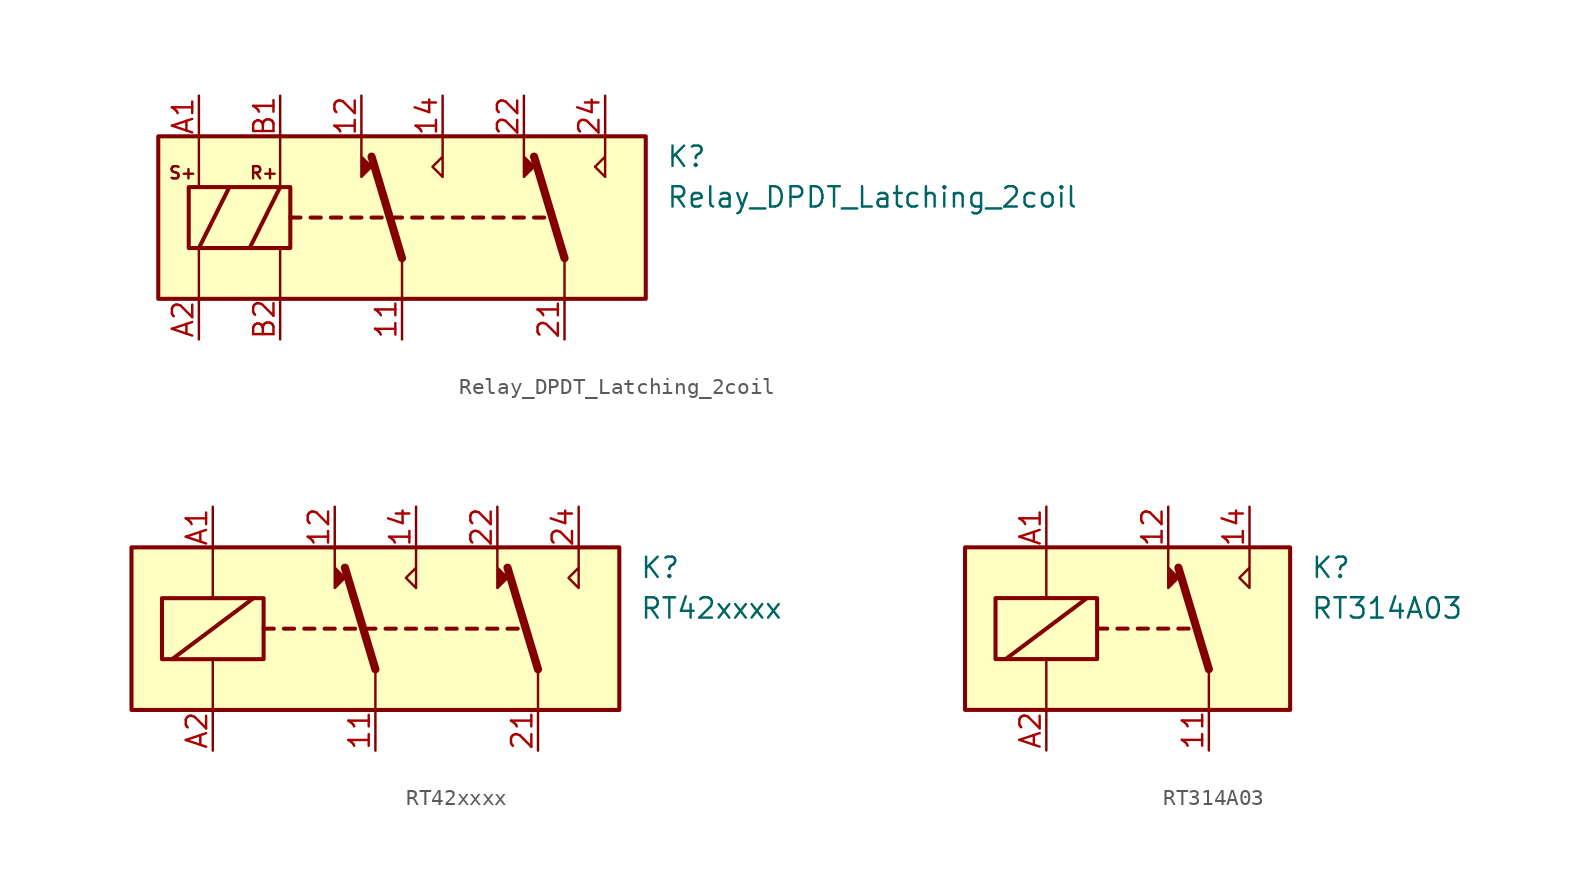
<source format=kicad_sym>
(kicad_symbol_lib
  (version 20241209)
  (generator "kicad_symbol_editor")
  (generator_version "9.0")
  (symbol "Relay_DPDT_Latching_2coil"
    (property "Reference" "K"
      (at 16.51 3.81 0)
      (effects (font (size 1.27 1.27)) (justify left)))
    (property "Value" "Relay_DPDT_Latching_2coil"
      (at 16.51 1.27 0)
      (effects (font (size 1.27 1.27)) (justify left)))
    (symbol "Relay_DPDT_Latching_2coil_0_0"
      (polyline (pts (xy -2.54 5.08) (xy -2.54 2.54) (xy -1.905 3.175) (xy -2.54 3.81)) (stroke (width 0) (type default)) (fill (type outline)))
      (polyline (pts (xy 2.54 5.08) (xy 2.54 2.54) (xy 1.905 3.175) (xy 2.54 3.81)) (stroke (width 0) (type default)) (fill (type none)))
      (polyline (pts (xy 7.62 5.08) (xy 7.62 2.54) (xy 8.255 3.175) (xy 7.62 3.81)) (stroke (width 0) (type default)) (fill (type outline)))
      (polyline (pts (xy 12.7 5.08) (xy 12.7 2.54) (xy 12.065 3.175) (xy 12.7 3.81)) (stroke (width 0) (type default)) (fill (type none))))
    (symbol "Relay_DPDT_Latching_2coil_0_1"
      (rectangle (start -13.335 1.905) (end -6.985 -1.905) (stroke (width 0.254) (type default)) (fill (type none)))
      (polyline (pts (xy -12.7 5.08) (xy -12.7 1.905)) (stroke (width 0) (type default)) (fill (type none)))
      (polyline (pts (xy -12.7 -5.08) (xy -12.7 -1.905)) (stroke (width 0) (type default)) (fill (type none)))
      (polyline (pts (xy -7.62 5.08) (xy -7.62 1.905)) (stroke (width 0) (type default)) (fill (type none)))
      (polyline (pts (xy -7.62 -5.08) (xy -7.62 -1.905)) (stroke (width 0) (type default)) (fill (type none)))
      (polyline (pts (xy -6.985 0) (xy -6.35 0)) (stroke (width 0.254) (type default)) (fill (type none)))
      (polyline (pts (xy -5.715 0) (xy -5.08 0)) (stroke (width 0.254) (type default)) (fill (type none)))
      (polyline (pts (xy -4.445 0) (xy -3.81 0)) (stroke (width 0.254) (type default)) (fill (type none)))
      (polyline (pts (xy -3.175 0) (xy -2.54 0)) (stroke (width 0.254) (type default)) (fill (type none)))
      (polyline (pts (xy -1.905 0) (xy -1.27 0)) (stroke (width 0.254) (type default)) (fill (type none)))
      (polyline (pts (xy -0.635 0) (xy 0 0)) (stroke (width 0.254) (type default)) (fill (type none)))
      (polyline (pts (xy 0 -2.54) (xy -1.905 3.81)) (stroke (width 0.508) (type default)) (fill (type none)))
      (polyline (pts (xy 0 -2.54) (xy 0 -5.08)) (stroke (width 0) (type default)) (fill (type none)))
      (polyline (pts (xy 0.635 0) (xy 1.27 0)) (stroke (width 0.254) (type default)) (fill (type none)))
      (polyline (pts (xy 1.905 0) (xy 2.54 0)) (stroke (width 0.254) (type default)) (fill (type none)))
      (polyline (pts (xy 3.175 0) (xy 3.81 0)) (stroke (width 0.254) (type default)) (fill (type none)))
      (polyline (pts (xy 4.445 0) (xy 5.08 0)) (stroke (width 0.254) (type default)) (fill (type none)))
      (polyline (pts (xy 5.715 0) (xy 6.35 0)) (stroke (width 0.254) (type default)) (fill (type none)))
      (polyline (pts (xy 6.985 0) (xy 7.62 0)) (stroke (width 0.254) (type default)) (fill (type none)))
      (polyline (pts (xy 8.255 0) (xy 8.89 0)) (stroke (width 0.254) (type default)) (fill (type none)))
      (polyline (pts (xy 10.16 -2.54) (xy 8.255 3.81)) (stroke (width 0.508) (type default)) (fill (type none)))
      (polyline (pts (xy 10.16 -2.54) (xy 10.16 -5.08)) (stroke (width 0) (type default)) (fill (type none))))
    (symbol "Relay_DPDT_Latching_2coil_1_0"
      (text "S+" (at -13.716 2.794 0) (effects (font (size 0.762 0.762))))
      (text "R+" (at -8.636 2.794 0) (effects (font (size 0.762 0.762)))))
    (symbol "Relay_DPDT_Latching_2coil_1_1"
      (rectangle (start -15.24 5.08) (end 15.24 -5.08) (stroke (width 0.254) (type default)) (fill (type background)))
      (polyline (pts (xy -12.7 -1.905) (xy -10.795 1.905)) (stroke (width 0.254) (type default)) (fill (type none)))
      (polyline (pts (xy -9.525 -1.905) (xy -7.62 1.905)) (stroke (width 0.254) (type default)) (fill (type none)))
      (pin passive line (at -12.7 7.62 270) (length 2.54) (name "~" (effects (font (size 1.27 1.27)))) (number "A1" (effects (font (size 1.27 1.27)))))
      (pin passive line (at -12.7 -7.62 90) (length 2.54) (name "~" (effects (font (size 1.27 1.27)))) (number "A2" (effects (font (size 1.27 1.27)))))
      (pin passive line (at -7.62 7.62 270) (length 2.54) (name "~" (effects (font (size 1.27 1.27)))) (number "B1" (effects (font (size 1.27 1.27)))))
      (pin passive line (at -7.62 -7.62 90) (length 2.54) (name "~" (effects (font (size 1.27 1.27)))) (number "B2" (effects (font (size 1.27 1.27)))))
      (pin passive line (at -2.54 7.62 270) (length 2.54) (name "~" (effects (font (size 1.27 1.27)))) (number "12" (effects (font (size 1.27 1.27)))))
      (pin passive line (at 0 -7.62 90) (length 2.54) (name "~" (effects (font (size 1.27 1.27)))) (number "11" (effects (font (size 1.27 1.27)))))
      (pin passive line (at 2.54 7.62 270) (length 2.54) (name "~" (effects (font (size 1.27 1.27)))) (number "14" (effects (font (size 1.27 1.27)))))
      (pin passive line (at 7.62 7.62 270) (length 2.54) (name "~" (effects (font (size 1.27 1.27)))) (number "22" (effects (font (size 1.27 1.27)))))
      (pin passive line (at 10.16 -7.62 90) (length 2.54) (name "~" (effects (font (size 1.27 1.27)))) (number "21" (effects (font (size 1.27 1.27)))))
      (pin passive line (at 12.7 7.62 270) (length 2.54) (name "~" (effects (font (size 1.27 1.27)))) (number "24" (effects (font (size 1.27 1.27)))))))
  (symbol "RT42xxxx"
    (property "Reference" "K"
      (at 16.51 3.81 0)
      (effects (font (size 1.27 1.27)) (justify left)))
    (property "Value" "RT42xxxx"
      (at 16.51 1.27 0)
      (effects (font (size 1.27 1.27)) (justify left)))
    (symbol "RT42xxxx_0_1"
      (rectangle (start -15.24 5.08) (end 15.24 -5.08) (stroke (width 0.254) (type default)) (fill (type background)))
      (rectangle (start -13.335 1.905) (end -6.985 -1.905) (stroke (width 0.254) (type default)) (fill (type none)))
      (polyline (pts (xy -12.7 -1.905) (xy -7.62 1.905)) (stroke (width 0.254) (type default)) (fill (type none)))
      (polyline (pts (xy -10.16 5.08) (xy -10.16 1.905)) (stroke (width 0) (type default)) (fill (type none)))
      (polyline (pts (xy -10.16 -5.08) (xy -10.16 -1.905)) (stroke (width 0) (type default)) (fill (type none)))
      (polyline (pts (xy -6.985 0) (xy -6.35 0)) (stroke (width 0.254) (type default)) (fill (type none)))
      (polyline (pts (xy -5.715 0) (xy -5.08 0)) (stroke (width 0.254) (type default)) (fill (type none)))
      (polyline (pts (xy -4.445 0) (xy -3.81 0)) (stroke (width 0.254) (type default)) (fill (type none)))
      (polyline (pts (xy -3.175 0) (xy -2.54 0)) (stroke (width 0.254) (type default)) (fill (type none)))
      (polyline (pts (xy -2.54 5.08) (xy -2.54 2.54) (xy -1.905 3.175) (xy -2.54 3.81)) (stroke (width 0) (type default)) (fill (type outline)))
      (polyline (pts (xy -1.905 0) (xy -1.27 0)) (stroke (width 0.254) (type default)) (fill (type none)))
      (polyline (pts (xy -0.635 0) (xy 0 0)) (stroke (width 0.254) (type default)) (fill (type none)))
      (polyline (pts (xy 0 -2.54) (xy -1.905 3.81)) (stroke (width 0.508) (type default)) (fill (type none)))
      (polyline (pts (xy 0 -2.54) (xy 0 -5.08)) (stroke (width 0) (type default)) (fill (type none)))
      (polyline (pts (xy 0.635 0) (xy 1.27 0)) (stroke (width 0.254) (type default)) (fill (type none)))
      (polyline (pts (xy 1.905 0) (xy 2.54 0)) (stroke (width 0.254) (type default)) (fill (type none)))
      (polyline (pts (xy 2.54 5.08) (xy 2.54 2.54) (xy 1.905 3.175) (xy 2.54 3.81)) (stroke (width 0) (type default)) (fill (type none)))
      (polyline (pts (xy 3.175 0) (xy 3.81 0)) (stroke (width 0.254) (type default)) (fill (type none)))
      (polyline (pts (xy 4.445 0) (xy 5.08 0)) (stroke (width 0.254) (type default)) (fill (type none)))
      (polyline (pts (xy 5.715 0) (xy 6.35 0)) (stroke (width 0.254) (type default)) (fill (type none)))
      (polyline (pts (xy 6.985 0) (xy 7.62 0)) (stroke (width 0.254) (type default)) (fill (type none)))
      (polyline (pts (xy 7.62 5.08) (xy 7.62 2.54) (xy 8.255 3.175) (xy 7.62 3.81)) (stroke (width 0) (type default)) (fill (type outline)))
      (polyline (pts (xy 8.255 0) (xy 8.89 0)) (stroke (width 0.254) (type default)) (fill (type none)))
      (polyline (pts (xy 10.16 -2.54) (xy 8.255 3.81)) (stroke (width 0.508) (type default)) (fill (type none)))
      (polyline (pts (xy 10.16 -2.54) (xy 10.16 -5.08)) (stroke (width 0) (type default)) (fill (type none)))
      (polyline (pts (xy 12.7 5.08) (xy 12.7 2.54) (xy 12.065 3.175) (xy 12.7 3.81)) (stroke (width 0) (type default)) (fill (type none))))
    (symbol "RT42xxxx_1_1"
      (pin passive line (at -10.16 7.62 270) (length 2.54) (name "~" (effects (font (size 1.27 1.27)))) (number "A1" (effects (font (size 1.27 1.27)))))
      (pin passive line (at -10.16 -7.62 90) (length 2.54) (name "~" (effects (font (size 1.27 1.27)))) (number "A2" (effects (font (size 1.27 1.27)))))
      (pin passive line (at -2.54 7.62 270) (length 2.54) (name "~" (effects (font (size 1.27 1.27)))) (number "12" (effects (font (size 1.27 1.27)))))
      (pin passive line (at 0 -7.62 90) (length 2.54) (name "~" (effects (font (size 1.27 1.27)))) (number "11" (effects (font (size 1.27 1.27)))))
      (pin passive line (at 2.54 7.62 270) (length 2.54) (name "~" (effects (font (size 1.27 1.27)))) (number "14" (effects (font (size 1.27 1.27)))))
      (pin passive line (at 7.62 7.62 270) (length 2.54) (name "~" (effects (font (size 1.27 1.27)))) (number "22" (effects (font (size 1.27 1.27)))))
      (pin passive line (at 10.16 -7.62 90) (length 2.54) (name "~" (effects (font (size 1.27 1.27)))) (number "21" (effects (font (size 1.27 1.27)))))
      (pin passive line (at 12.7 7.62 270) (length 2.54) (name "~" (effects (font (size 1.27 1.27)))) (number "24" (effects (font (size 1.27 1.27)))))))
  (symbol "RT314A03"
    (property "Reference" "K"
      (at 11.43 3.81 0)
      (effects (font (size 1.27 1.27)) (justify left)))
    (property "Value" "RT314A03"
      (at 11.43 1.27 0)
      (effects (font (size 1.27 1.27)) (justify left)))
    (symbol "RT314A03_0_0"
      (polyline (pts (xy -2.54 1.905) (xy -7.62 -1.905)) (stroke (width 0.254) (type default)) (fill (type none))))
    (symbol "RT314A03_0_1"
      (rectangle (start -10.16 5.08) (end 10.16 -5.08) (stroke (width 0.254) (type default)) (fill (type background)))
      (rectangle (start -8.255 1.905) (end -1.905 -1.905) (stroke (width 0.254) (type default)) (fill (type none)))
      (polyline (pts (xy -5.08 5.08) (xy -5.08 1.905)) (stroke (width 0) (type default)) (fill (type none)))
      (polyline (pts (xy -5.08 -5.08) (xy -5.08 -1.905)) (stroke (width 0) (type default)) (fill (type none)))
      (polyline (pts (xy -1.905 0) (xy -1.27 0)) (stroke (width 0.254) (type default)) (fill (type none)))
      (polyline (pts (xy -0.635 0) (xy 0 0)) (stroke (width 0.254) (type default)) (fill (type none)))
      (polyline (pts (xy 0.635 0) (xy 1.27 0)) (stroke (width 0.254) (type default)) (fill (type none)))
      (polyline (pts (xy 1.905 0) (xy 2.54 0)) (stroke (width 0.254) (type default)) (fill (type none)))
      (polyline (pts (xy 2.54 5.08) (xy 2.54 2.54) (xy 3.175 3.175) (xy 2.54 3.81)) (stroke (width 0) (type default)) (fill (type outline)))
      (polyline (pts (xy 3.175 0) (xy 3.81 0)) (stroke (width 0.254) (type default)) (fill (type none)))
      (polyline (pts (xy 5.08 -2.54) (xy 3.175 3.81)) (stroke (width 0.508) (type default)) (fill (type none)))
      (polyline (pts (xy 5.08 -2.54) (xy 5.08 -5.08)) (stroke (width 0) (type default)) (fill (type none)))
      (polyline (pts (xy 7.62 5.08) (xy 7.62 2.54) (xy 6.985 3.175) (xy 7.62 3.81)) (stroke (width 0) (type default)) (fill (type none))))
    (symbol "RT314A03_1_1"
      (pin passive line (at -5.08 7.62 270) (length 2.54) (name "~" (effects (font (size 1.27 1.27)))) (number "A1" (effects (font (size 1.27 1.27)))))
      (pin passive line (at -5.08 -7.62 90) (length 2.54) (name "~" (effects (font (size 1.27 1.27)))) (number "A2" (effects (font (size 1.27 1.27)))))
      (pin passive line (at 2.54 7.62 270) (length 2.54) (name "~" (effects (font (size 1.27 1.27)))) (number "12" (effects (font (size 1.27 1.27)))))
      (pin passive line (at 5.08 -7.62 90) (length 2.54) (name "~" (effects (font (size 1.27 1.27)))) (number "11" (effects (font (size 1.27 1.27)))))
      (pin passive line (at 7.62 7.62 270) (length 2.54) (name "~" (effects (font (size 1.27 1.27)))) (number "14" (effects (font (size 1.27 1.27))))))))
</source>
